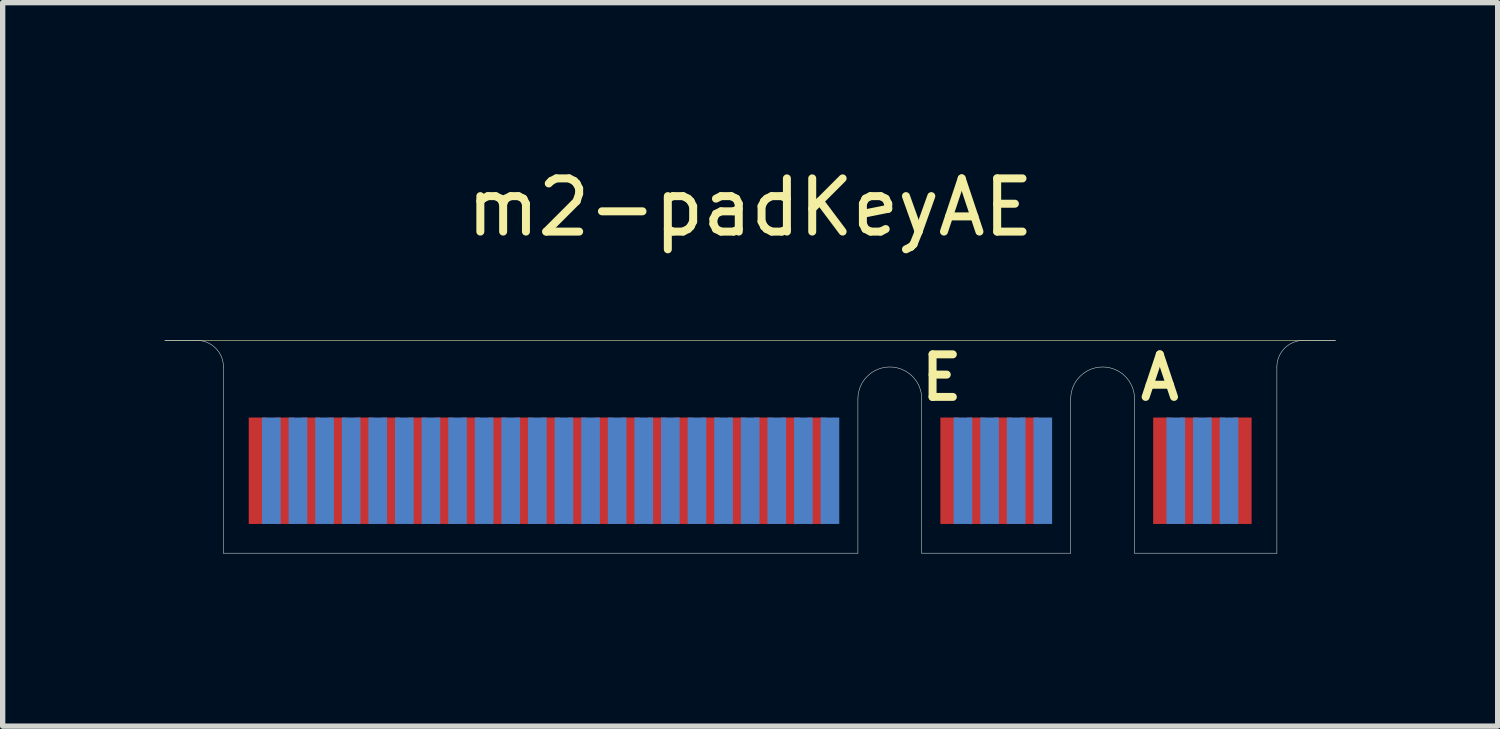
<source format=kicad_pcb>
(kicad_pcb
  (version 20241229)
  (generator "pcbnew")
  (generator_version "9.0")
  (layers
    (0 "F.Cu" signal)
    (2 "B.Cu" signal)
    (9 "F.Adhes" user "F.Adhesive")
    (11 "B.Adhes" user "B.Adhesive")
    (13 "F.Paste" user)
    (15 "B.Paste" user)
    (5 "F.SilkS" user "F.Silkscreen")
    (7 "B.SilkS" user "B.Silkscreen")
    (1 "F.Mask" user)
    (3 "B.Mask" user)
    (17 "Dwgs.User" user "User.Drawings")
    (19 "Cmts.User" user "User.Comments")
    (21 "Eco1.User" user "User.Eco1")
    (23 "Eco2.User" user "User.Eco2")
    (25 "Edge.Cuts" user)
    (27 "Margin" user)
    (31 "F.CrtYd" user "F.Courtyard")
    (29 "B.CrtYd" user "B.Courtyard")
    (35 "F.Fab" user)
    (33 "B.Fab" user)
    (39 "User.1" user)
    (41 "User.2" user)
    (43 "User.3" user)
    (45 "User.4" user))
  (footprint "m2-padKeyAE"
    (layer "F.Cu")
    (at 11.05 7.348)
    (property "Reference" "m2-padKeyAE" (at 0 -6.5 0) (layer "F.SilkS") (effects (font (size 1 1) (thickness 0.15))))
    (attr smd)
    (fp_poly (pts (xy -11 -4) (xy -11 0) (xy 11 0) (xy 11 -4)) (stroke (width 0.1) (type solid)) (fill yes) (layer "F.Mask"))
    (fp_poly (pts (xy -11 -4) (xy -11 0) (xy 11 0) (xy 11 -4)) (stroke (width 0.1) (type solid)) (fill yes) (layer "B.Mask"))
    (fp_line (start -11 -4) (end 11 -4) (stroke (width 0.01) (type solid)) (layer "F.SilkS"))
    (fp_line (start 0 0) (end 0 -4) (stroke (width 0.01) (type solid)) (layer "Eco1.User"))
    (fp_line (start -11 -4) (end -10.4 -4) (stroke (width 0.01) (type solid)) (layer "Edge.Cuts"))
    (fp_line (start -9.9 0) (end -9.9 -3.5) (stroke (width 0.01) (type solid)) (layer "Edge.Cuts"))
    (fp_line (start -9.9 0) (end 2.025 0) (stroke (width 0.01) (type solid)) (layer "Edge.Cuts"))
    (fp_line (start 2.025 0) (end 2.025 -2.9) (stroke (width 0.01) (type solid)) (layer "Edge.Cuts"))
    (fp_line (start 3.225 0) (end 3.225 -2.9) (stroke (width 0.01) (type solid)) (layer "Edge.Cuts"))
    (fp_line (start 3.225 0) (end 6.025 0) (stroke (width 0.01) (type solid)) (layer "Edge.Cuts"))
    (fp_line (start 6.025 0) (end 6.025 -2.9) (stroke (width 0.01) (type solid)) (layer "Edge.Cuts"))
    (fp_line (start 7.225 0) (end 7.225 -2.9) (stroke (width 0.01) (type solid)) (layer "Edge.Cuts"))
    (fp_line (start 7.225 0) (end 9.9 0) (stroke (width 0.01) (type solid)) (layer "Edge.Cuts"))
    (fp_line (start 9.9 0) (end 9.9 -3.5) (stroke (width 0.01) (type solid)) (layer "Edge.Cuts"))
    (fp_line (start 11 -4) (end 10.4 -4) (stroke (width 0.01) (type solid)) (layer "Edge.Cuts"))
    (fp_arc (start -10.4 -4) (mid -10.046447 -3.853553) (end -9.9 -3.5) (stroke (width 0.01) (type solid)) (layer "Edge.Cuts"))
    (fp_arc (start 2.025 -2.9) (mid 2.625 -3.5) (end 3.225 -2.9) (stroke (width 0.01) (type solid)) (layer "Edge.Cuts"))
    (fp_arc (start 6.025 -2.9) (mid 6.625 -3.5) (end 7.225 -2.9) (stroke (width 0.01) (type solid)) (layer "Edge.Cuts"))
    (fp_arc (start 9.9 -3.5) (mid 10.046447 -3.853553) (end 10.4 -4) (stroke (width 0.01) (type solid)) (layer "Edge.Cuts"))
    (fp_text user "A" (at 7.7 -3.3 0) (layer "F.SilkS") (effects (font (size 0.8 0.8) (thickness 0.15))))
    (fp_text user "E" (at 3.6 -3.3 0) (layer "F.SilkS") (effects (font (size 0.8 0.8) (thickness 0.15))))
    (pad "1" smd rect (at 9.25 -1.55) (size 0.35 2) (layers "F.Cu" "F.Mask"))
    (pad "2" smd rect (at 9 -1.55) (size 0.35 2) (layers "B.Cu" "B.Mask"))
    (pad "3" smd rect (at 8.75 -1.55) (size 0.35 2) (layers "F.Cu" "F.Mask"))
    (pad "4" smd rect (at 8.5 -1.55) (size 0.35 2) (layers "B.Cu" "B.Mask"))
    (pad "5" smd rect (at 8.25 -1.55) (size 0.35 2) (layers "F.Cu" "F.Mask"))
    (pad "6" smd rect (at 8 -1.55) (size 0.35 2) (layers "B.Cu" "B.Mask"))
    (pad "7" smd rect (at 7.75 -1.55) (size 0.35 2) (layers "F.Cu" "F.Mask"))
    (pad "16" smd rect (at 5.5 -1.55) (size 0.35 2) (layers "B.Cu" "B.Mask"))
    (pad "17" smd rect (at 5.25 -1.55) (size 0.35 2) (layers "F.Cu" "F.Mask"))
    (pad "18" smd rect (at 5 -1.55) (size 0.35 2) (layers "B.Cu" "B.Mask"))
    (pad "19" smd rect (at 4.75 -1.55) (size 0.35 2) (layers "F.Cu" "F.Mask"))
    (pad "20" smd rect (at 4.5 -1.55) (size 0.35 2) (layers "B.Cu" "B.Mask"))
    (pad "21" smd rect (at 4.25 -1.55) (size 0.35 2) (layers "F.Cu" "F.Mask"))
    (pad "22" smd rect (at 4 -1.55) (size 0.35 2) (layers "B.Cu" "B.Mask"))
    (pad "23" smd rect (at 3.75 -1.55) (size 0.35 2) (layers "F.Cu" "F.Mask"))
    (pad "32" smd rect (at 1.5 -1.55) (size 0.35 2) (layers "B.Cu" "B.Mask"))
    (pad "33" smd rect (at 1.25 -1.55) (size 0.35 2) (layers "F.Cu" "F.Mask"))
    (pad "34" smd rect (at 1 -1.55) (size 0.35 2) (layers "B.Cu" "B.Mask"))
    (pad "35" smd rect (at 0.75 -1.55) (size 0.35 2) (layers "F.Cu" "F.Mask"))
    (pad "36" smd rect (at 0.5 -1.55) (size 0.35 2) (layers "B.Cu" "B.Mask"))
    (pad "37" smd rect (at 0.25 -1.55) (size 0.35 2) (layers "F.Cu" "F.Mask"))
    (pad "38" smd rect (at 0 -1.55) (size 0.35 2) (layers "B.Cu" "B.Mask"))
    (pad "39" smd rect (at -0.25 -1.55) (size 0.35 2) (layers "F.Cu" "F.Mask"))
    (pad "40" smd rect (at -0.5 -1.55) (size 0.35 2) (layers "B.Cu" "B.Mask"))
    (pad "41" smd rect (at -0.75 -1.55) (size 0.35 2) (layers "F.Cu" "F.Mask"))
    (pad "42" smd rect (at -1 -1.55) (size 0.35 2) (layers "B.Cu" "B.Mask"))
    (pad "43" smd rect (at -1.25 -1.55) (size 0.35 2) (layers "F.Cu" "F.Mask"))
    (pad "44" smd rect (at -1.5 -1.55) (size 0.35 2) (layers "B.Cu" "B.Mask"))
    (pad "45" smd rect (at -1.75 -1.55) (size 0.35 2) (layers "F.Cu" "F.Mask"))
    (pad "46" smd rect (at -2 -1.55) (size 0.35 2) (layers "B.Cu" "B.Mask"))
    (pad "47" smd rect (at -2.25 -1.55) (size 0.35 2) (layers "F.Cu" "F.Mask"))
    (pad "48" smd rect (at -2.5 -1.55) (size 0.35 2) (layers "B.Cu" "B.Mask"))
    (pad "49" smd rect (at -2.75 -1.55) (size 0.35 2) (layers "F.Cu" "F.Mask"))
    (pad "50" smd rect (at -3 -1.55) (size 0.35 2) (layers "B.Cu" "B.Mask"))
    (pad "51" smd rect (at -3.25 -1.55) (size 0.35 2) (layers "F.Cu" "F.Mask"))
    (pad "52" smd rect (at -3.5 -1.55) (size 0.35 2) (layers "B.Cu" "B.Mask"))
    (pad "53" smd rect (at -3.75 -1.55) (size 0.35 2) (layers "F.Cu" "F.Mask"))
    (pad "54" smd rect (at -4 -1.55) (size 0.35 2) (layers "B.Cu" "B.Mask"))
    (pad "55" smd rect (at -4.25 -1.55) (size 0.35 2) (layers "F.Cu" "F.Mask"))
    (pad "56" smd rect (at -4.5 -1.55) (size 0.35 2) (layers "B.Cu" "B.Mask"))
    (pad "57" smd rect (at -4.75 -1.55) (size 0.35 2) (layers "F.Cu" "F.Mask"))
    (pad "58" smd rect (at -5 -1.55) (size 0.35 2) (layers "B.Cu" "B.Mask"))
    (pad "59" smd rect (at -5.25 -1.55) (size 0.35 2) (layers "F.Cu" "F.Mask"))
    (pad "60" smd rect (at -5.5 -1.55) (size 0.35 2) (layers "B.Cu" "B.Mask"))
    (pad "61" smd rect (at -5.75 -1.55) (size 0.35 2) (layers "F.Cu" "F.Mask"))
    (pad "62" smd rect (at -6 -1.55) (size 0.35 2) (layers "B.Cu" "B.Mask"))
    (pad "63" smd rect (at -6.25 -1.55) (size 0.35 2) (layers "F.Cu" "F.Mask"))
    (pad "64" smd rect (at -6.5 -1.55) (size 0.35 2) (layers "B.Cu" "B.Mask"))
    (pad "65" smd rect (at -6.75 -1.55) (size 0.35 2) (layers "F.Cu" "F.Mask"))
    (pad "66" smd rect (at -7 -1.55) (size 0.35 2) (layers "B.Cu" "B.Mask"))
    (pad "67" smd rect (at -7.25 -1.55) (size 0.35 2) (layers "F.Cu" "F.Mask"))
    (pad "68" smd rect (at -7.5 -1.55) (size 0.35 2) (layers "B.Cu" "B.Mask"))
    (pad "69" smd rect (at -7.75 -1.55) (size 0.35 2) (layers "F.Cu" "F.Mask"))
    (pad "70" smd rect (at -8 -1.55) (size 0.35 2) (layers "B.Cu" "B.Mask"))
    (pad "71" smd rect (at -8.25 -1.55) (size 0.35 2) (layers "F.Cu" "F.Mask"))
    (pad "72" smd rect (at -8.5 -1.55) (size 0.35 2) (layers "B.Cu" "B.Mask"))
    (pad "73" smd rect (at -8.75 -1.55) (size 0.35 2) (layers "F.Cu" "F.Mask"))
    (pad "74" smd rect (at -9 -1.55) (size 0.35 2) (layers "B.Cu" "B.Mask"))
    (pad "75" smd rect (at -9.25 -1.55) (size 0.35 2) (layers "F.Cu" "F.Mask")))
  (gr_rect
    (start -3 -3)
    (end 25.1 10.598)
    (stroke (width 0.1) (type default))
    (fill no)
    (layer "Edge.Cuts")))
</source>
